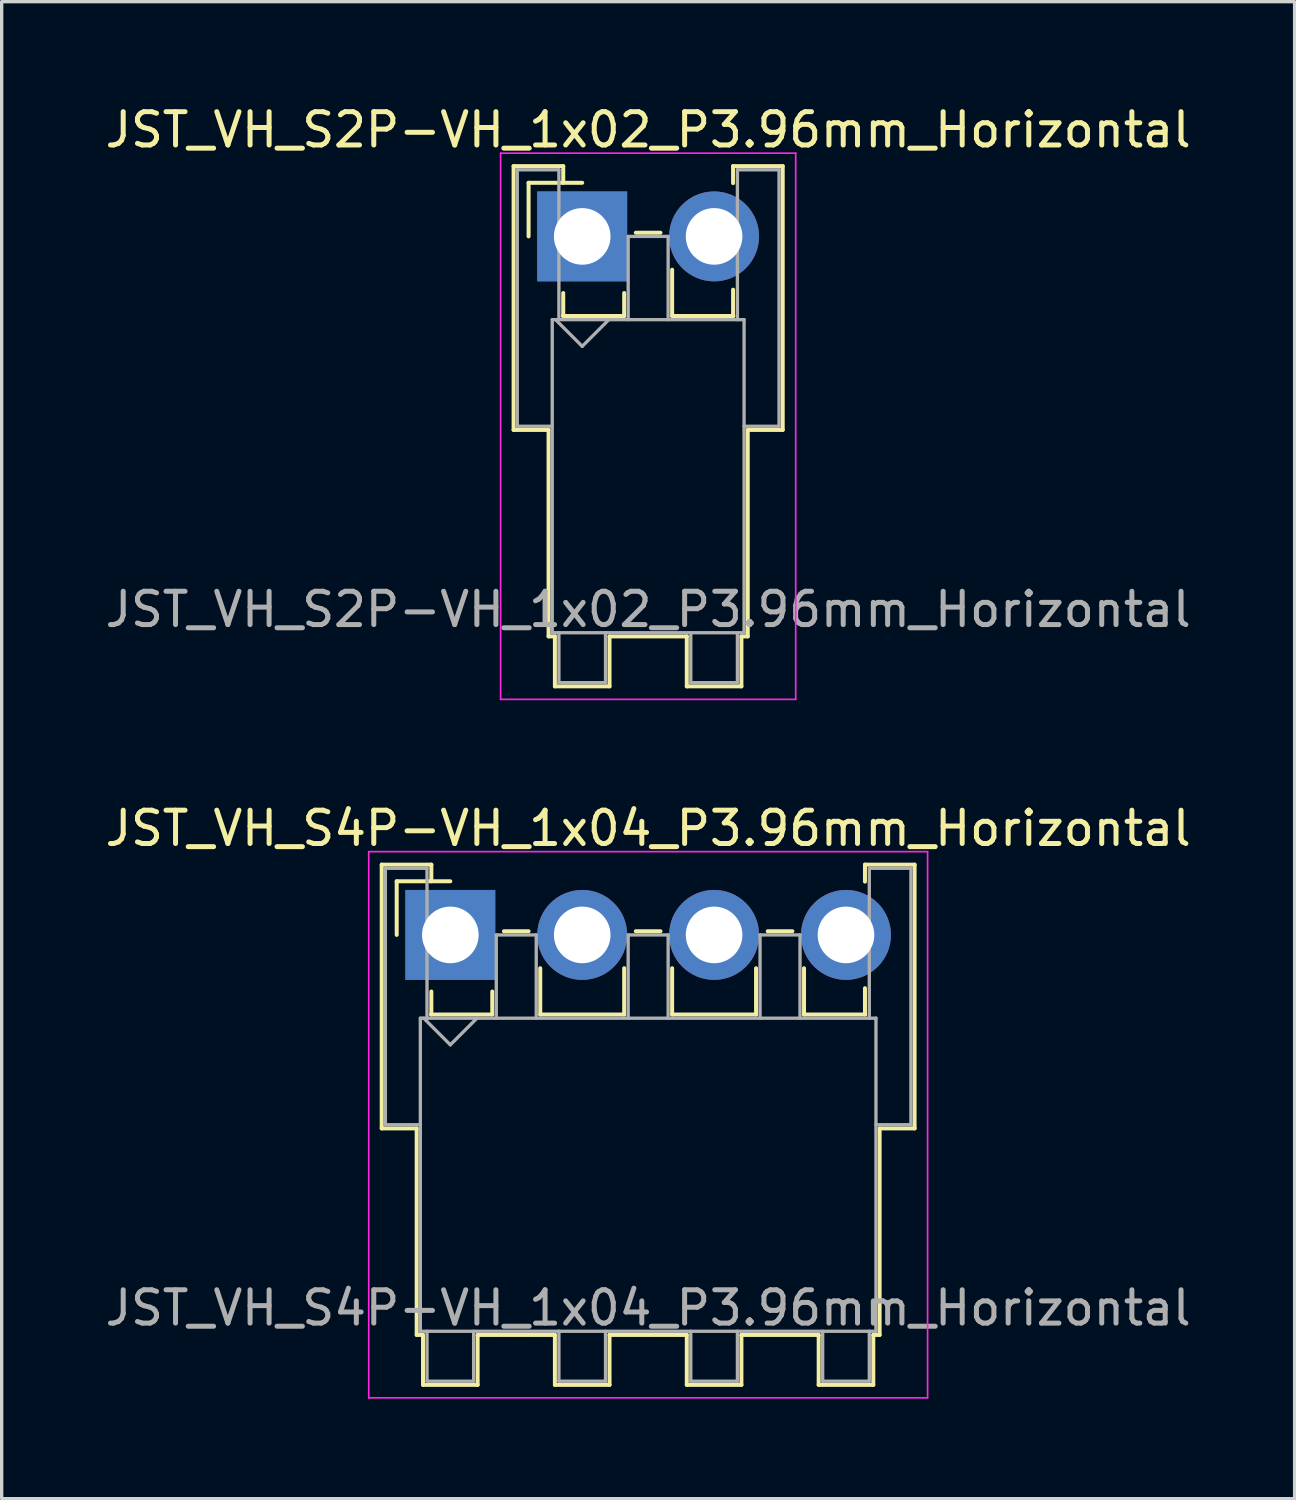
<source format=kicad_pcb>
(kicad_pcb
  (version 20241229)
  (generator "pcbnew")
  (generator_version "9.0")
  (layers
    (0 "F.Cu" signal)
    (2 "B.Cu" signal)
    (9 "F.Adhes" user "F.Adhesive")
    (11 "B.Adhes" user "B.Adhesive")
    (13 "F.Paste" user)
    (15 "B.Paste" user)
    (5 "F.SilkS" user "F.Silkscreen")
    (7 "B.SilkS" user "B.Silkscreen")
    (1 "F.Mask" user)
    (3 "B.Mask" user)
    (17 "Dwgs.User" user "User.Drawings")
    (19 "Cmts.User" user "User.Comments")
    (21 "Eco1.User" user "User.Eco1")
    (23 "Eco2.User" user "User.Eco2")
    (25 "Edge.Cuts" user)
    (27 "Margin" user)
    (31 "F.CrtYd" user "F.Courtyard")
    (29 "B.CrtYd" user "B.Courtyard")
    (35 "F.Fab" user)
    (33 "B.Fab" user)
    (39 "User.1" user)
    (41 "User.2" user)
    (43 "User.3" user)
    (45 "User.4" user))
  (footprint "JST_VH_S4P-VH_1x04_P3.96mm_Horizontal"
    (layer "F.Cu")
    (at 10.471 25.021)
    (property "Reference" "JST_VH_S4P-VH_1x04_P3.96mm_Horizontal" (at 5.94 -3.2 0) (layer "F.SilkS") (effects (font (size 1 1) (thickness 0.15))))
    (attr through_hole)
    (fp_line (start -2.06 -2.11) (end -0.57 -2.11) (stroke (width 0.12) (type solid)) (layer "F.SilkS"))
    (fp_line (start -2.06 5.81) (end -2.06 -2.11) (stroke (width 0.12) (type solid)) (layer "F.SilkS"))
    (fp_line (start -1.61 -1.61) (end -1.61 0) (stroke (width 0.12) (type solid)) (layer "F.SilkS"))
    (fp_line (start -1.01 5.81) (end -2.06 5.81) (stroke (width 0.12) (type solid)) (layer "F.SilkS"))
    (fp_line (start -1.01 5.81) (end -1.01 12.01) (stroke (width 0.12) (type solid)) (layer "F.SilkS"))
    (fp_line (start -1.01 12.01) (end -0.82 12.01) (stroke (width 0.12) (type solid)) (layer "F.SilkS"))
    (fp_line (start -0.82 12.01) (end -0.82 13.51) (stroke (width 0.12) (type solid)) (layer "F.SilkS"))
    (fp_line (start -0.82 13.51) (end 0.82 13.51) (stroke (width 0.12) (type solid)) (layer "F.SilkS"))
    (fp_line (start -0.58 2.39) (end 1.26 2.39) (stroke (width 0.12) (type solid)) (layer "F.SilkS"))
    (fp_line (start -0.57 -2.11) (end -0.57 -1.61) (stroke (width 0.12) (type solid)) (layer "F.SilkS"))
    (fp_line (start -0.57 1.7) (end -0.57 2.39) (stroke (width 0.12) (type solid)) (layer "F.SilkS"))
    (fp_line (start 0 -1.61) (end -1.61 -1.61) (stroke (width 0.12) (type solid)) (layer "F.SilkS"))
    (fp_line (start 0.82 12.01) (end 3.14 12.01) (stroke (width 0.12) (type solid)) (layer "F.SilkS"))
    (fp_line (start 0.82 13.51) (end 0.82 12.01) (stroke (width 0.12) (type solid)) (layer "F.SilkS"))
    (fp_line (start 1.26 2.39) (end 1.26 1.7) (stroke (width 0.12) (type solid)) (layer "F.SilkS"))
    (fp_line (start 1.61 -0.11) (end 2.35 -0.11) (stroke (width 0.12) (type solid)) (layer "F.SilkS"))
    (fp_line (start 2.7 1) (end 2.7 2.39) (stroke (width 0.12) (type solid)) (layer "F.SilkS"))
    (fp_line (start 2.7 2.39) (end 5.22 2.39) (stroke (width 0.12) (type solid)) (layer "F.SilkS"))
    (fp_line (start 3.14 12.01) (end 3.14 13.51) (stroke (width 0.12) (type solid)) (layer "F.SilkS"))
    (fp_line (start 3.14 13.51) (end 4.78 13.51) (stroke (width 0.12) (type solid)) (layer "F.SilkS"))
    (fp_line (start 4.78 12.01) (end 7.1 12.01) (stroke (width 0.12) (type solid)) (layer "F.SilkS"))
    (fp_line (start 4.78 13.51) (end 4.78 12.01) (stroke (width 0.12) (type solid)) (layer "F.SilkS"))
    (fp_line (start 5.22 2.39) (end 5.22 1) (stroke (width 0.12) (type solid)) (layer "F.SilkS"))
    (fp_line (start 5.57 -0.11) (end 6.31 -0.11) (stroke (width 0.12) (type solid)) (layer "F.SilkS"))
    (fp_line (start 6.66 1) (end 6.66 2.39) (stroke (width 0.12) (type solid)) (layer "F.SilkS"))
    (fp_line (start 6.66 2.39) (end 9.18 2.39) (stroke (width 0.12) (type solid)) (layer "F.SilkS"))
    (fp_line (start 7.1 12.01) (end 7.1 13.51) (stroke (width 0.12) (type solid)) (layer "F.SilkS"))
    (fp_line (start 7.1 13.51) (end 8.74 13.51) (stroke (width 0.12) (type solid)) (layer "F.SilkS"))
    (fp_line (start 8.74 12.01) (end 11.06 12.01) (stroke (width 0.12) (type solid)) (layer "F.SilkS"))
    (fp_line (start 8.74 13.51) (end 8.74 12.01) (stroke (width 0.12) (type solid)) (layer "F.SilkS"))
    (fp_line (start 9.18 2.39) (end 9.18 1) (stroke (width 0.12) (type solid)) (layer "F.SilkS"))
    (fp_line (start 9.53 -0.11) (end 10.27 -0.11) (stroke (width 0.12) (type solid)) (layer "F.SilkS"))
    (fp_line (start 10.62 1) (end 10.62 2.39) (stroke (width 0.12) (type solid)) (layer "F.SilkS"))
    (fp_line (start 10.62 2.39) (end 12.46 2.39) (stroke (width 0.12) (type solid)) (layer "F.SilkS"))
    (fp_line (start 11.06 12.01) (end 11.06 13.51) (stroke (width 0.12) (type solid)) (layer "F.SilkS"))
    (fp_line (start 11.06 13.51) (end 12.7 13.51) (stroke (width 0.12) (type solid)) (layer "F.SilkS"))
    (fp_line (start 12.45 -2.11) (end 13.94 -2.11) (stroke (width 0.12) (type solid)) (layer "F.SilkS"))
    (fp_line (start 12.45 -1.6) (end 12.45 -2.11) (stroke (width 0.12) (type solid)) (layer "F.SilkS"))
    (fp_line (start 12.45 2.39) (end 12.45 1.6) (stroke (width 0.12) (type solid)) (layer "F.SilkS"))
    (fp_line (start 12.7 12.01) (end 12.89 12.01) (stroke (width 0.12) (type solid)) (layer "F.SilkS"))
    (fp_line (start 12.7 13.51) (end 12.7 12.01) (stroke (width 0.12) (type solid)) (layer "F.SilkS"))
    (fp_line (start 12.89 12.01) (end 12.89 5.81) (stroke (width 0.12) (type solid)) (layer "F.SilkS"))
    (fp_line (start 13.94 -2.11) (end 13.94 5.81) (stroke (width 0.12) (type solid)) (layer "F.SilkS"))
    (fp_line (start 13.94 5.81) (end 12.89 5.81) (stroke (width 0.12) (type solid)) (layer "F.SilkS"))
    (fp_line (start -2.45 -2.5) (end -2.45 13.9) (stroke (width 0.05) (type solid)) (layer "F.CrtYd"))
    (fp_line (start -2.45 13.9) (end 14.33 13.9) (stroke (width 0.05) (type solid)) (layer "F.CrtYd"))
    (fp_line (start 14.33 -2.5) (end -2.45 -2.5) (stroke (width 0.05) (type solid)) (layer "F.CrtYd"))
    (fp_line (start 14.33 13.9) (end 14.33 -2.5) (stroke (width 0.05) (type solid)) (layer "F.CrtYd"))
    (fp_line (start -1.95 -2) (end -0.7 -2) (stroke (width 0.1) (type solid)) (layer "F.Fab"))
    (fp_line (start -1.95 5.7) (end -1.95 -2) (stroke (width 0.1) (type solid)) (layer "F.Fab"))
    (fp_line (start -0.9 2.5) (end -0.9 11.9) (stroke (width 0.1) (type solid)) (layer "F.Fab"))
    (fp_line (start -0.9 5.7) (end -1.95 5.7) (stroke (width 0.1) (type solid)) (layer "F.Fab"))
    (fp_line (start -0.9 11.9) (end 12.78 11.9) (stroke (width 0.1) (type solid)) (layer "F.Fab"))
    (fp_line (start -0.8 2.5) (end 0 3.3) (stroke (width 0.1) (type solid)) (layer "F.Fab"))
    (fp_line (start -0.7 -2) (end -0.7 2.5) (stroke (width 0.1) (type solid)) (layer "F.Fab"))
    (fp_line (start -0.7 11.9) (end -0.7 13.4) (stroke (width 0.1) (type solid)) (layer "F.Fab"))
    (fp_line (start -0.7 13.4) (end 0.7 13.4) (stroke (width 0.1) (type solid)) (layer "F.Fab"))
    (fp_line (start 0 3.3) (end 0.8 2.5) (stroke (width 0.1) (type solid)) (layer "F.Fab"))
    (fp_line (start 0.7 13.4) (end 0.7 11.9) (stroke (width 0.1) (type solid)) (layer "F.Fab"))
    (fp_line (start 1.38 0) (end 2.58 0) (stroke (width 0.1) (type solid)) (layer "F.Fab"))
    (fp_line (start 1.38 2.5) (end 1.38 0) (stroke (width 0.1) (type solid)) (layer "F.Fab"))
    (fp_line (start 2.58 0) (end 2.58 2.5) (stroke (width 0.1) (type solid)) (layer "F.Fab"))
    (fp_line (start 3.26 11.9) (end 3.26 13.4) (stroke (width 0.1) (type solid)) (layer "F.Fab"))
    (fp_line (start 3.26 13.4) (end 4.66 13.4) (stroke (width 0.1) (type solid)) (layer "F.Fab"))
    (fp_line (start 4.66 13.4) (end 4.66 11.9) (stroke (width 0.1) (type solid)) (layer "F.Fab"))
    (fp_line (start 5.34 0) (end 6.54 0) (stroke (width 0.1) (type solid)) (layer "F.Fab"))
    (fp_line (start 5.34 2.5) (end 5.34 0) (stroke (width 0.1) (type solid)) (layer "F.Fab"))
    (fp_line (start 6.54 0) (end 6.54 2.5) (stroke (width 0.1) (type solid)) (layer "F.Fab"))
    (fp_line (start 7.22 11.9) (end 7.22 13.4) (stroke (width 0.1) (type solid)) (layer "F.Fab"))
    (fp_line (start 7.22 13.4) (end 8.62 13.4) (stroke (width 0.1) (type solid)) (layer "F.Fab"))
    (fp_line (start 8.62 13.4) (end 8.62 11.9) (stroke (width 0.1) (type solid)) (layer "F.Fab"))
    (fp_line (start 9.3 0) (end 10.5 0) (stroke (width 0.1) (type solid)) (layer "F.Fab"))
    (fp_line (start 9.3 2.5) (end 9.3 0) (stroke (width 0.1) (type solid)) (layer "F.Fab"))
    (fp_line (start 10.5 0) (end 10.5 2.5) (stroke (width 0.1) (type solid)) (layer "F.Fab"))
    (fp_line (start 11.18 11.9) (end 11.18 13.4) (stroke (width 0.1) (type solid)) (layer "F.Fab"))
    (fp_line (start 11.18 13.4) (end 12.58 13.4) (stroke (width 0.1) (type solid)) (layer "F.Fab"))
    (fp_line (start 12.58 -2) (end 13.83 -2) (stroke (width 0.1) (type solid)) (layer "F.Fab"))
    (fp_line (start 12.58 2.5) (end 12.58 -2) (stroke (width 0.1) (type solid)) (layer "F.Fab"))
    (fp_line (start 12.58 13.4) (end 12.58 11.9) (stroke (width 0.1) (type solid)) (layer "F.Fab"))
    (fp_line (start 12.78 2.5) (end -0.9 2.5) (stroke (width 0.1) (type solid)) (layer "F.Fab"))
    (fp_line (start 12.78 11.9) (end 12.78 2.5) (stroke (width 0.1) (type solid)) (layer "F.Fab"))
    (fp_line (start 13.83 -2) (end 13.83 5.7) (stroke (width 0.1) (type solid)) (layer "F.Fab"))
    (fp_line (start 13.83 5.7) (end 12.78 5.7) (stroke (width 0.1) (type solid)) (layer "F.Fab"))
    (fp_text user "${REFERENCE}" (at 5.94 11.2 0) (layer "F.Fab") (effects (font (size 1 1) (thickness 0.15))))
    (pad "1" thru_hole rect (at 0 0) (size 2.7 2.7) (drill 1.7) (layers "*.Cu" "*.Mask"))
    (pad "2" thru_hole circle (at 3.96 0) (size 2.7 2.7) (drill 1.7) (layers "*.Cu" "*.Mask"))
    (pad "3" thru_hole circle (at 7.92 0) (size 2.7 2.7) (drill 1.7) (layers "*.Cu" "*.Mask"))
    (pad "4" thru_hole circle (at 11.88 0) (size 2.7 2.7) (drill 1.7) (layers "*.Cu" "*.Mask")))
  (footprint "JST_VH_S2P-VH_1x02_P3.96mm_Horizontal"
    (layer "F.Cu")
    (at 14.431 4.048)
    (property "Reference" "JST_VH_S2P-VH_1x02_P3.96mm_Horizontal" (at 1.98 -3.2 0) (layer "F.SilkS") (effects (font (size 1 1) (thickness 0.15))))
    (attr through_hole)
    (fp_line (start -2.06 -2.11) (end -0.57 -2.11) (stroke (width 0.12) (type solid)) (layer "F.SilkS"))
    (fp_line (start -2.06 5.81) (end -2.06 -2.11) (stroke (width 0.12) (type solid)) (layer "F.SilkS"))
    (fp_line (start -1.61 -1.61) (end -1.61 0) (stroke (width 0.12) (type solid)) (layer "F.SilkS"))
    (fp_line (start -1.01 5.81) (end -2.06 5.81) (stroke (width 0.12) (type solid)) (layer "F.SilkS"))
    (fp_line (start -1.01 5.81) (end -1.01 12.01) (stroke (width 0.12) (type solid)) (layer "F.SilkS"))
    (fp_line (start -1.01 12.01) (end -0.82 12.01) (stroke (width 0.12) (type solid)) (layer "F.SilkS"))
    (fp_line (start -0.82 12.01) (end -0.82 13.51) (stroke (width 0.12) (type solid)) (layer "F.SilkS"))
    (fp_line (start -0.82 13.51) (end 0.82 13.51) (stroke (width 0.12) (type solid)) (layer "F.SilkS"))
    (fp_line (start -0.58 2.39) (end 1.26 2.39) (stroke (width 0.12) (type solid)) (layer "F.SilkS"))
    (fp_line (start -0.57 -2.11) (end -0.57 -1.61) (stroke (width 0.12) (type solid)) (layer "F.SilkS"))
    (fp_line (start -0.57 1.7) (end -0.57 2.39) (stroke (width 0.12) (type solid)) (layer "F.SilkS"))
    (fp_line (start 0 -1.61) (end -1.61 -1.61) (stroke (width 0.12) (type solid)) (layer "F.SilkS"))
    (fp_line (start 0.82 12.01) (end 3.14 12.01) (stroke (width 0.12) (type solid)) (layer "F.SilkS"))
    (fp_line (start 0.82 13.51) (end 0.82 12.01) (stroke (width 0.12) (type solid)) (layer "F.SilkS"))
    (fp_line (start 1.26 2.39) (end 1.26 1.7) (stroke (width 0.12) (type solid)) (layer "F.SilkS"))
    (fp_line (start 1.61 -0.11) (end 2.35 -0.11) (stroke (width 0.12) (type solid)) (layer "F.SilkS"))
    (fp_line (start 2.7 1) (end 2.7 2.39) (stroke (width 0.12) (type solid)) (layer "F.SilkS"))
    (fp_line (start 2.7 2.39) (end 4.54 2.39) (stroke (width 0.12) (type solid)) (layer "F.SilkS"))
    (fp_line (start 3.14 12.01) (end 3.14 13.51) (stroke (width 0.12) (type solid)) (layer "F.SilkS"))
    (fp_line (start 3.14 13.51) (end 4.78 13.51) (stroke (width 0.12) (type solid)) (layer "F.SilkS"))
    (fp_line (start 4.53 -2.11) (end 6.02 -2.11) (stroke (width 0.12) (type solid)) (layer "F.SilkS"))
    (fp_line (start 4.53 -1.6) (end 4.53 -2.11) (stroke (width 0.12) (type solid)) (layer "F.SilkS"))
    (fp_line (start 4.53 2.39) (end 4.53 1.6) (stroke (width 0.12) (type solid)) (layer "F.SilkS"))
    (fp_line (start 4.78 12.01) (end 4.97 12.01) (stroke (width 0.12) (type solid)) (layer "F.SilkS"))
    (fp_line (start 4.78 13.51) (end 4.78 12.01) (stroke (width 0.12) (type solid)) (layer "F.SilkS"))
    (fp_line (start 4.97 12.01) (end 4.97 5.81) (stroke (width 0.12) (type solid)) (layer "F.SilkS"))
    (fp_line (start 6.02 -2.11) (end 6.02 5.81) (stroke (width 0.12) (type solid)) (layer "F.SilkS"))
    (fp_line (start 6.02 5.81) (end 4.97 5.81) (stroke (width 0.12) (type solid)) (layer "F.SilkS"))
    (fp_line (start -2.45 -2.5) (end -2.45 13.9) (stroke (width 0.05) (type solid)) (layer "F.CrtYd"))
    (fp_line (start -2.45 13.9) (end 6.41 13.9) (stroke (width 0.05) (type solid)) (layer "F.CrtYd"))
    (fp_line (start 6.41 -2.5) (end -2.45 -2.5) (stroke (width 0.05) (type solid)) (layer "F.CrtYd"))
    (fp_line (start 6.41 13.9) (end 6.41 -2.5) (stroke (width 0.05) (type solid)) (layer "F.CrtYd"))
    (fp_line (start -1.95 -2) (end -0.7 -2) (stroke (width 0.1) (type solid)) (layer "F.Fab"))
    (fp_line (start -1.95 5.7) (end -1.95 -2) (stroke (width 0.1) (type solid)) (layer "F.Fab"))
    (fp_line (start -0.9 2.5) (end -0.9 11.9) (stroke (width 0.1) (type solid)) (layer "F.Fab"))
    (fp_line (start -0.9 5.7) (end -1.95 5.7) (stroke (width 0.1) (type solid)) (layer "F.Fab"))
    (fp_line (start -0.9 11.9) (end 4.86 11.9) (stroke (width 0.1) (type solid)) (layer "F.Fab"))
    (fp_line (start -0.8 2.5) (end 0 3.3) (stroke (width 0.1) (type solid)) (layer "F.Fab"))
    (fp_line (start -0.7 -2) (end -0.7 2.5) (stroke (width 0.1) (type solid)) (layer "F.Fab"))
    (fp_line (start -0.7 11.9) (end -0.7 13.4) (stroke (width 0.1) (type solid)) (layer "F.Fab"))
    (fp_line (start -0.7 13.4) (end 0.7 13.4) (stroke (width 0.1) (type solid)) (layer "F.Fab"))
    (fp_line (start 0 3.3) (end 0.8 2.5) (stroke (width 0.1) (type solid)) (layer "F.Fab"))
    (fp_line (start 0.7 13.4) (end 0.7 11.9) (stroke (width 0.1) (type solid)) (layer "F.Fab"))
    (fp_line (start 1.38 0) (end 2.58 0) (stroke (width 0.1) (type solid)) (layer "F.Fab"))
    (fp_line (start 1.38 2.5) (end 1.38 0) (stroke (width 0.1) (type solid)) (layer "F.Fab"))
    (fp_line (start 2.58 0) (end 2.58 2.5) (stroke (width 0.1) (type solid)) (layer "F.Fab"))
    (fp_line (start 3.26 11.9) (end 3.26 13.4) (stroke (width 0.1) (type solid)) (layer "F.Fab"))
    (fp_line (start 3.26 13.4) (end 4.66 13.4) (stroke (width 0.1) (type solid)) (layer "F.Fab"))
    (fp_line (start 4.66 -2) (end 5.91 -2) (stroke (width 0.1) (type solid)) (layer "F.Fab"))
    (fp_line (start 4.66 2.5) (end 4.66 -2) (stroke (width 0.1) (type solid)) (layer "F.Fab"))
    (fp_line (start 4.66 13.4) (end 4.66 11.9) (stroke (width 0.1) (type solid)) (layer "F.Fab"))
    (fp_line (start 4.86 2.5) (end -0.9 2.5) (stroke (width 0.1) (type solid)) (layer "F.Fab"))
    (fp_line (start 4.86 11.9) (end 4.86 2.5) (stroke (width 0.1) (type solid)) (layer "F.Fab"))
    (fp_line (start 5.91 -2) (end 5.91 5.7) (stroke (width 0.1) (type solid)) (layer "F.Fab"))
    (fp_line (start 5.91 5.7) (end 4.86 5.7) (stroke (width 0.1) (type solid)) (layer "F.Fab"))
    (fp_text user "${REFERENCE}" (at 1.98 11.2 0) (layer "F.Fab") (effects (font (size 1 1) (thickness 0.15))))
    (pad "1" thru_hole rect (at 0 0) (size 2.7 2.7) (drill 1.7) (layers "*.Cu" "*.Mask"))
    (pad "2" thru_hole circle (at 3.96 0) (size 2.7 2.7) (drill 1.7) (layers "*.Cu" "*.Mask")))
  (gr_rect
    (start -3 -3)
    (end 35.821 41.947)
    (stroke (width 0.1) (type default))
    (fill no)
    (layer "Edge.Cuts")))
</source>
